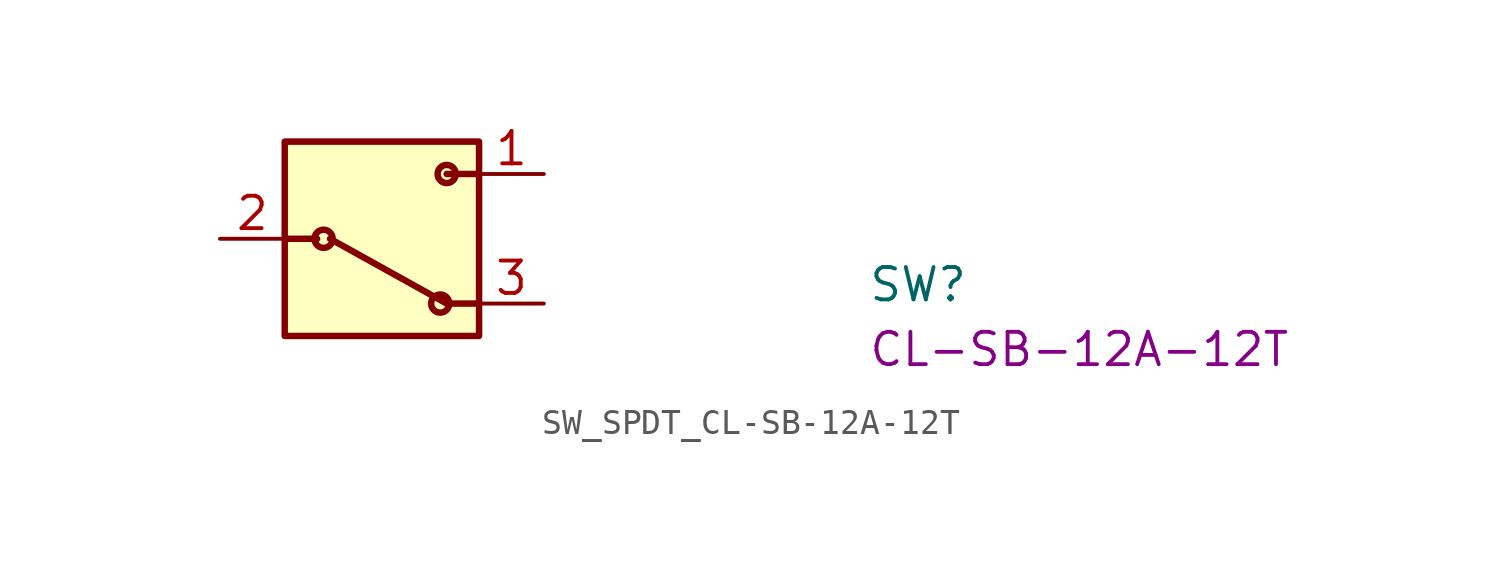
<source format=kicad_sym>
(kicad_symbol_lib
  (version 20220914)
  (generator kicad_symbol_editor)
  (symbol "SW_SPDT_CL-SB-12A-12T"
    (pin_names hide)
    (property "Reference" "SW"
      (at 25.4 -5.08 0)
      (effects (font (size 1.27 1.27) (thickness 0.15)) (justify left bottom)))
    (property "MPN" "CL-SB-12A-12T"
      (at 25.4 -7.62 0)
      (effects (font (size 1.27 1.27) (thickness 0.15)) (justify left bottom)))
    (symbol "SW_SPDT_CL-SB-12A-12T_1_1"
      (polyline (pts (xy 3.81 -2.54) (xy 2.54 -2.54)) (stroke (width 0.254) (type default)) (fill (type none)))
      (polyline (pts (xy 4.318 -2.54) (xy 8.89 -5.08)) (stroke (width 0.254) (type default)) (fill (type none)))
      (polyline (pts (xy 10.16 -5.08) (xy 8.89 -5.08)) (stroke (width 0.254) (type default)) (fill (type none)))
      (polyline (pts (xy 10.16 0) (xy 8.89 0)) (stroke (width 0.254) (type default)) (fill (type none)))
      (rectangle (start 2.54 1.27) (end 10.16 -6.35) (stroke (width 0.254) (type default)) (fill (type background)))
      (circle (center 4.064 -2.54) (radius 0.356) (stroke (width 0.254) (type default)) (fill (type none)))
      (circle (center 8.636 -5.08) (radius 0.356) (stroke (width 0.254) (type default)) (fill (type none)))
      (circle (center 8.89 0) (radius 0.356) (stroke (width 0.254) (type default)) (fill (type none)))
      (pin passive line (at 12.7 0 180) (length 2.54) (name "1" (effects (font (size 1.27 1.27)))) (number "1" (effects (font (size 1.27 1.27)))))
      (pin passive line (at 0 -2.54 0) (length 2.54) (name "2" (effects (font (size 1.27 1.27)))) (number "2" (effects (font (size 1.27 1.27)))))
      (pin passive line (at 12.7 -5.08 180) (length 2.54) (name "3" (effects (font (size 1.27 1.27)))) (number "3" (effects (font (size 1.27 1.27))))))))
</source>
